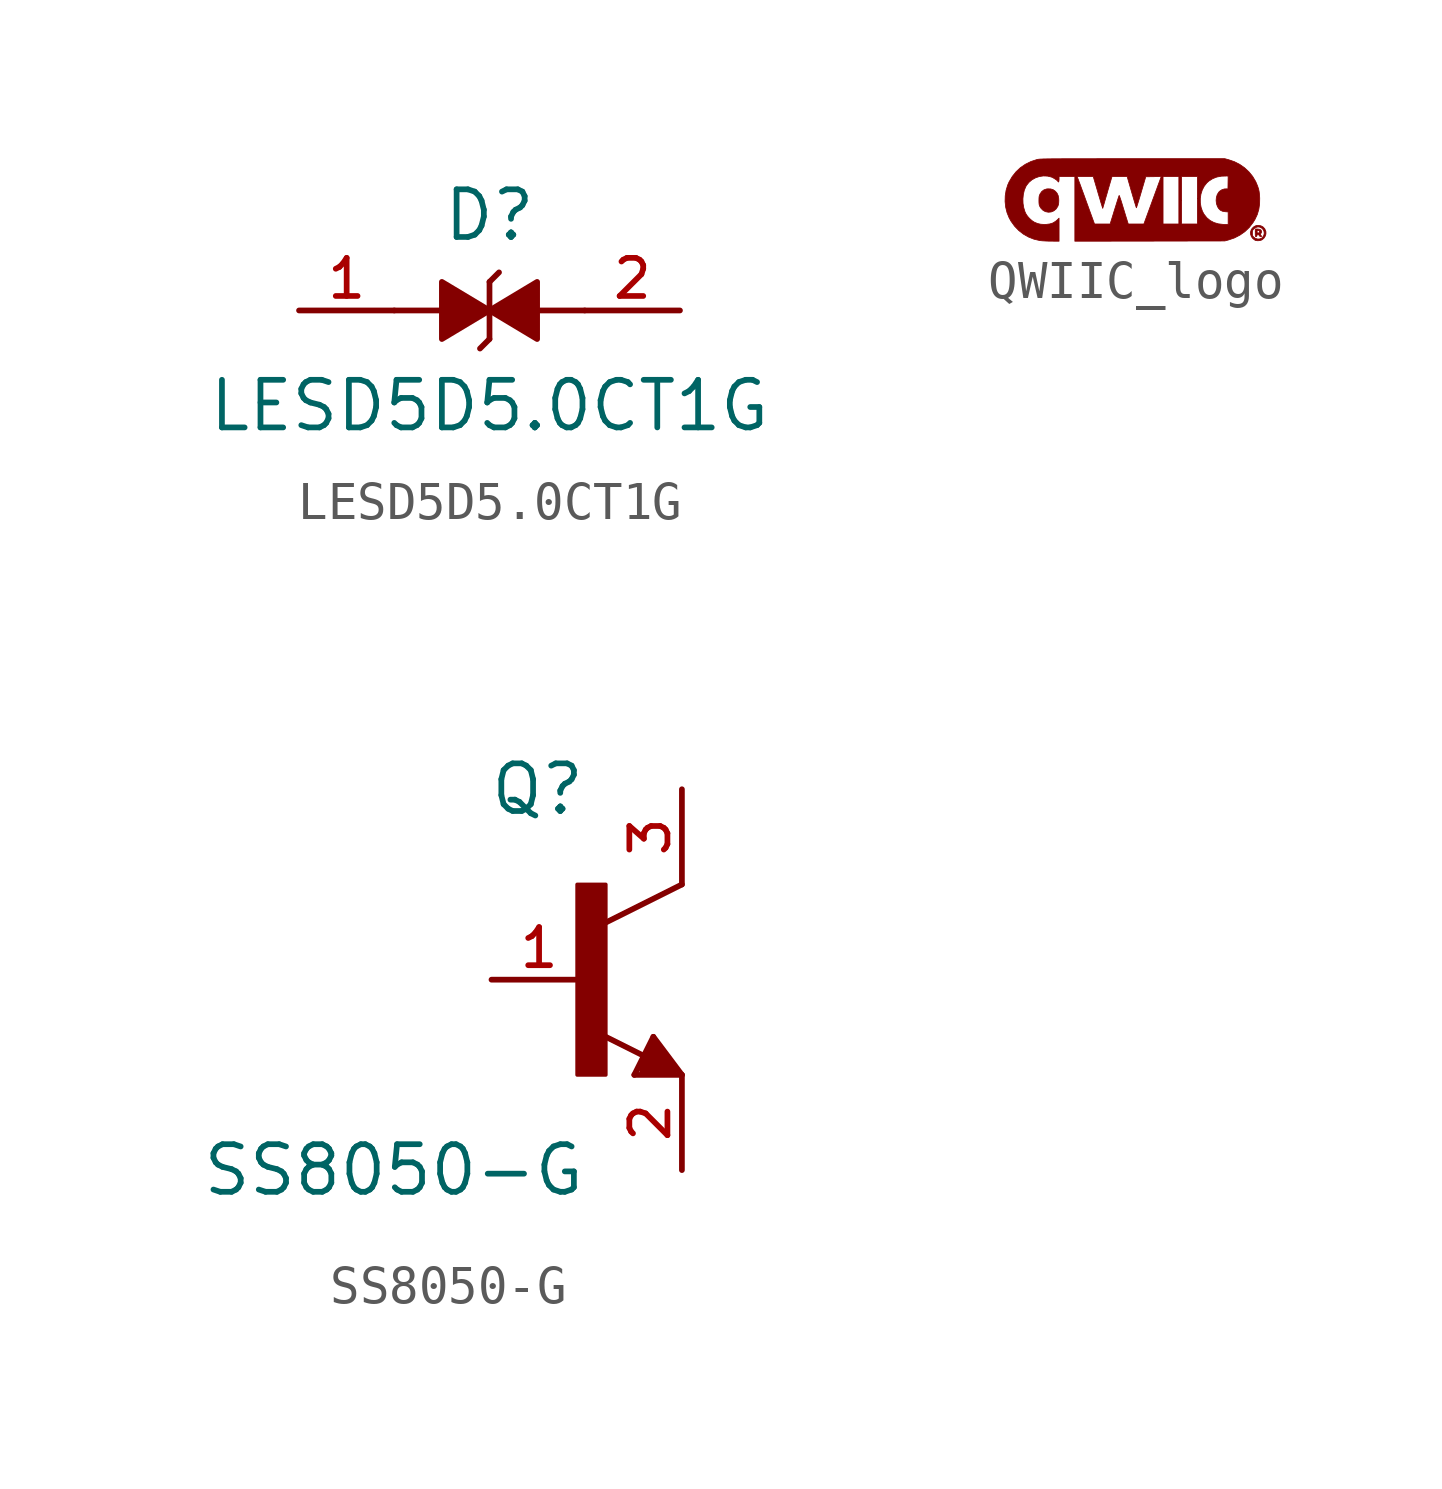
<source format=kicad_sym>
(kicad_symbol_lib
  (version 20231120)
  (generator "kicad_symbol_editor")
  (generator_version "8.0")
  (symbol "LESD5D5.0CT1G"
    (pin_names
      (offset 1.016))
    (property "Reference" "D"
      (at 0 2.54 0)
      (effects (font (size 1.27 1.27))))
    (property "Value" "LESD5D5.0CT1G"
      (at 0 -2.54 0)
      (effects (font (size 1.27 1.27))))
    (symbol "LESD5D5.0CT1G_0_0"
      (polyline (pts (xy -1.27 0) (xy -2.54 0)) (stroke (width 0.152) (type default)) (fill (type none)))
      (polyline (pts (xy 0 -0.762) (xy -0.254 -1.016)) (stroke (width 0.152) (type default)) (fill (type none)))
      (polyline (pts (xy 0 -0.762) (xy 0 0.762)) (stroke (width 0.152) (type default)) (fill (type none)))
      (polyline (pts (xy 0 0.762) (xy 0.254 1.016)) (stroke (width 0.152) (type default)) (fill (type none)))
      (polyline (pts (xy 1.27 0) (xy 2.54 0)) (stroke (width 0.152) (type default)) (fill (type none)))
      (polyline (pts (xy 0 0) (xy -1.27 -0.762) (xy -1.27 0.762) (xy 0 0)) (stroke (width 0.152) (type default)) (fill (type outline)))
      (polyline (pts (xy 0 0) (xy 1.27 0.762) (xy 1.27 -0.762) (xy 0 0)) (stroke (width 0.152) (type default)) (fill (type outline)))
      (pin passive line (at -5.08 0 0) (length 2.54) (name "~" (effects (font (size 1.016 1.016)))) (number "1" (effects (font (size 1.016 1.016)))))
      (pin passive line (at 5.08 0 180) (length 2.54) (name "~" (effects (font (size 1.016 1.016)))) (number "2" (effects (font (size 1.016 1.016)))))))
  (symbol "QWIIC_logo"
    (pin_names
      (offset 1.016))
    (property "Reference" "G"
      (at 0 2.54 0)
      (effects (font (size 1.27 1.27)) (hide yes)))
    (symbol "QWIIC_logo_0_0"
      (polyline (pts (xy -2.247 -0.317) (xy -2.179 -0.288) (xy -2.12 -0.239) (xy -2.076 -0.172) (xy -2.072 -0.164) (xy -2.057 -0.124) (xy -2.05 -0.078) (xy -2.047 -0.018) (xy -2.049 0.04) (xy -2.063 0.118) (xy -2.092 0.181) (xy -2.136 0.233) (xy -2.142 0.238) (xy -2.2 0.278) (xy -2.266 0.297) (xy -2.343 0.299) (xy -2.373 0.296) (xy -2.444 0.272) (xy -2.502 0.228) (xy -2.547 0.163) (xy -2.553 0.15) (xy -2.566 0.119) (xy -2.573 0.087) (xy -2.576 0.046) (xy -2.577 -0.012) (xy -2.577 -0.013) (xy -2.576 -0.072) (xy -2.572 -0.114) (xy -2.564 -0.146) (xy -2.551 -0.175) (xy -2.522 -0.22) (xy -2.468 -0.274) (xy -2.407 -0.308) (xy -2.401 -0.31) (xy -2.323 -0.325) (xy -2.247 -0.317)) (stroke (width 0.01) (type default)) (fill (type outline)))
      (polyline (pts (xy 3.363 -0.975) (xy 3.366 -0.964) (xy 3.349 -0.94) (xy 3.339 -0.929) (xy 3.336 -0.913) (xy 3.349 -0.891) (xy 3.363 -0.866) (xy 3.366 -0.829) (xy 3.349 -0.799) (xy 3.312 -0.78) (xy 3.26 -0.773) (xy 3.199 -0.773) (xy 3.199 -0.845) (xy 3.247 -0.845) (xy 3.249 -0.823) (xy 3.258 -0.811) (xy 3.281 -0.811) (xy 3.288 -0.812) (xy 3.308 -0.822) (xy 3.314 -0.845) (xy 3.314 -0.852) (xy 3.305 -0.871) (xy 3.281 -0.879) (xy 3.261 -0.88) (xy 3.25 -0.871) (xy 3.247 -0.845) (xy 3.199 -0.845) (xy 3.199 -0.876) (xy 3.199 -0.903) (xy 3.2 -0.943) (xy 3.204 -0.966) (xy 3.21 -0.975) (xy 3.22 -0.976) (xy 3.234 -0.968) (xy 3.245 -0.945) (xy 3.25 -0.93) (xy 3.266 -0.918) (xy 3.287 -0.924) (xy 3.306 -0.948) (xy 3.32 -0.967) (xy 3.344 -0.978) (xy 3.363 -0.975)) (stroke (width 0.01) (type default)) (fill (type outline)))
      (polyline (pts (xy 3.316 -1.082) (xy 3.36 -1.07) (xy 3.38 -1.06) (xy 3.428 -1.02) (xy 3.463 -0.967) (xy 3.483 -0.907) (xy 3.483 -0.847) (xy 3.479 -0.831) (xy 3.452 -0.767) (xy 3.407 -0.718) (xy 3.348 -0.687) (xy 3.277 -0.676) (xy 3.219 -0.683) (xy 3.167 -0.708) (xy 3.118 -0.753) (xy 3.09 -0.794) (xy 3.072 -0.854) (xy 3.073 -0.882) (xy 3.121 -0.882) (xy 3.121 -0.858) (xy 3.125 -0.823) (xy 3.136 -0.798) (xy 3.156 -0.773) (xy 3.16 -0.769) (xy 3.211 -0.733) (xy 3.267 -0.717) (xy 3.322 -0.723) (xy 3.323 -0.724) (xy 3.377 -0.753) (xy 3.415 -0.796) (xy 3.435 -0.848) (xy 3.437 -0.903) (xy 3.42 -0.958) (xy 3.382 -1.006) (xy 3.367 -1.018) (xy 3.317 -1.038) (xy 3.261 -1.04) (xy 3.206 -1.024) (xy 3.158 -0.991) (xy 3.144 -0.975) (xy 3.129 -0.953) (xy 3.122 -0.924) (xy 3.121 -0.882) (xy 3.073 -0.882) (xy 3.074 -0.916) (xy 3.095 -0.976) (xy 3.136 -1.03) (xy 3.193 -1.073) (xy 3.219 -1.081) (xy 3.265 -1.086) (xy 3.316 -1.082)) (stroke (width 0.01) (type default)) (fill (type outline)))
      (polyline (pts (xy 0.383 -1.096) (xy 2.384 -1.092) (xy 2.485 -1.065) (xy 2.485 -1.065) (xy 2.643 -1.011) (xy 2.789 -0.936) (xy 2.921 -0.843) (xy 3.038 -0.732) (xy 3.138 -0.603) (xy 3.192 -0.515) (xy 3.253 -0.385) (xy 3.293 -0.249) (xy 3.314 -0.105) (xy 3.317 0.053) (xy 3.312 0.135) (xy 3.303 0.217) (xy 3.288 0.291) (xy 3.264 0.365) (xy 3.231 0.447) (xy 3.209 0.496) (xy 3.129 0.631) (xy 3.03 0.753) (xy 2.914 0.861) (xy 2.784 0.952) (xy 2.64 1.025) (xy 2.487 1.077) (xy 2.384 1.105) (xy -0.079 1.105) (xy -0.361 1.105) (xy -0.626 1.105) (xy -0.869 1.105) (xy -1.091 1.104) (xy -1.293 1.104) (xy -1.476 1.104) (xy -1.64 1.104) (xy -1.787 1.103) (xy -1.919 1.103) (xy -2.035 1.102) (xy -2.136 1.102) (xy -2.225 1.101) (xy -2.302 1.1) (xy -2.368 1.099) (xy -2.423 1.098) (xy -2.469 1.097) (xy -2.507 1.095) (xy -2.538 1.094) (xy -2.563 1.092) (xy -2.583 1.09) (xy -2.599 1.088) (xy -2.612 1.086) (xy -2.623 1.084) (xy -2.626 1.083) (xy -2.79 1.029) (xy -2.938 0.956) (xy -3.071 0.866) (xy -3.188 0.756) (xy -3.289 0.629) (xy -3.375 0.483) (xy -3.411 0.402) (xy -3.454 0.261) (xy -3.477 0.112) (xy -3.481 -0.04) (xy -3.465 -0.191) (xy -3.429 -0.336) (xy -3.374 -0.472) (xy -3.323 -0.564) (xy -3.228 -0.696) (xy -3.118 -0.811) (xy -2.993 -0.909) (xy -2.856 -0.987) (xy -2.709 -1.045) (xy -2.554 -1.081) (xy -2.53 -1.084) (xy -2.473 -1.089) (xy -2.403 -1.093) (xy -2.326 -1.096) (xy -2.248 -1.097) (xy -2.04 -1.099) (xy -2.04 -0.791) (xy -2.04 -0.483) (xy -2.09 -0.531) (xy -2.133 -0.568) (xy -2.205 -0.612) (xy -2.288 -0.638) (xy -2.385 -0.65) (xy -2.441 -0.651) (xy -2.531 -0.645) (xy -2.611 -0.627) (xy -2.69 -0.595) (xy -2.699 -0.591) (xy -2.762 -0.55) (xy -2.825 -0.494) (xy -2.882 -0.431) (xy -2.925 -0.366) (xy -2.95 -0.312) (xy -2.983 -0.204) (xy -3.002 -0.087) (xy -3.005 0.034) (xy -2.993 0.154) (xy -2.967 0.265) (xy -2.925 0.364) (xy -2.91 0.39) (xy -2.844 0.473) (xy -2.763 0.541) (xy -2.669 0.593) (xy -2.567 0.628) (xy -2.46 0.644) (xy -2.352 0.64) (xy -2.245 0.615) (xy -2.236 0.611) (xy -2.198 0.593) (xy -2.156 0.568) (xy -2.117 0.542) (xy -2.087 0.518) (xy -2.072 0.5) (xy -2.07 0.497) (xy -2.059 0.482) (xy -2.05 0.488) (xy -2.043 0.513) (xy -2.04 0.555) (xy -2.04 0.628) (xy -1.829 0.628) (xy -1.618 0.628) (xy -1.557 0.628) (xy -1.342 0.628) (xy -1.127 0.628) (xy -1.014 0.244) (xy -0.998 0.187) (xy -0.971 0.097) (xy -0.946 0.013) (xy -0.925 -0.059) (xy -0.907 -0.117) (xy -0.894 -0.159) (xy -0.888 -0.18) (xy -0.874 -0.221) (xy -0.855 -0.156) (xy -0.838 -0.099) (xy -0.799 0.038) (xy -0.762 0.164) (xy -0.73 0.277) (xy -0.701 0.376) (xy -0.677 0.458) (xy -0.658 0.521) (xy -0.645 0.566) (xy -0.638 0.589) (xy -0.626 0.628) (xy -0.424 0.628) (xy -0.222 0.628) (xy -0.102 0.211) (xy -0.075 0.119) (xy -0.049 0.031) (xy -0.026 -0.047) (xy -0.006 -0.112) (xy 0.009 -0.162) (xy 0.02 -0.194) (xy 0.025 -0.205) (xy 0.029 -0.195) (xy 0.04 -0.165) (xy 0.055 -0.116) (xy 0.075 -0.052) (xy 0.099 0.025) (xy 0.125 0.113) (xy 0.153 0.208) (xy 0.275 0.622) (xy 0.481 0.625) (xy 0.688 0.628) (xy 0.654 0.534) (xy 0.645 0.509) (xy 0.627 0.461) (xy 0.603 0.396) (xy 0.574 0.315) (xy 0.54 0.223) (xy 0.503 0.121) (xy 0.463 0.013) (xy 0.456 -0.006) (xy 0.736 -0.006) (xy 0.736 0.628) (xy 0.948 0.628) (xy 1.159 0.628) (xy 1.159 -0.006) (xy 1.231 -0.006) (xy 1.231 0.628) (xy 1.443 0.628) (xy 1.654 0.628) (xy 1.654 0.041) (xy 1.731 0.041) (xy 1.748 0.158) (xy 1.783 0.268) (xy 1.836 0.37) (xy 1.905 0.458) (xy 1.962 0.508) (xy 2.061 0.571) (xy 2.174 0.615) (xy 2.299 0.638) (xy 2.436 0.642) (xy 2.475 0.64) (xy 2.472 0.468) (xy 2.469 0.296) (xy 2.43 0.299) (xy 2.371 0.296) (xy 2.305 0.274) (xy 2.245 0.234) (xy 2.222 0.209) (xy 2.183 0.145) (xy 2.16 0.069) (xy 2.153 -0.013) (xy 2.162 -0.095) (xy 2.189 -0.173) (xy 2.22 -0.225) (xy 2.265 -0.27) (xy 2.322 -0.298) (xy 2.396 -0.311) (xy 2.475 -0.317) (xy 2.475 -0.485) (xy 2.475 -0.652) (xy 2.369 -0.651) (xy 2.342 -0.65) (xy 2.213 -0.635) (xy 2.096 -0.6) (xy 1.994 -0.546) (xy 1.906 -0.473) (xy 1.833 -0.382) (xy 1.79 -0.304) (xy 1.752 -0.194) (xy 1.732 -0.077) (xy 1.731 0.041) (xy 1.654 0.041) (xy 1.654 -0.006) (xy 1.654 -0.64) (xy 1.443 -0.64) (xy 1.231 -0.64) (xy 1.231 -0.006) (xy 1.159 -0.006) (xy 1.159 -0.64) (xy 0.948 -0.64) (xy 0.736 -0.64) (xy 0.736 -0.006) (xy 0.456 -0.006) (xy 0.422 -0.1) (xy 0.224 -0.64) (xy 0.016 -0.64) (xy -0.192 -0.64) (xy -0.227 -0.528) (xy -0.231 -0.513) (xy -0.248 -0.46) (xy -0.269 -0.392) (xy -0.293 -0.312) (xy -0.319 -0.228) (xy -0.345 -0.142) (xy -0.361 -0.09) (xy -0.383 -0.019) (xy -0.403 0.04) (xy -0.419 0.086) (xy -0.43 0.115) (xy -0.435 0.123) (xy -0.44 0.112) (xy -0.451 0.081) (xy -0.466 0.035) (xy -0.485 -0.024) (xy -0.506 -0.091) (xy -0.516 -0.124) (xy -0.544 -0.213) (xy -0.573 -0.305) (xy -0.6 -0.394) (xy -0.623 -0.468) (xy -0.677 -0.64) (xy -0.885 -0.64) (xy -1.093 -0.64) (xy -1.303 -0.063) (xy -1.311 -0.041) (xy -1.352 0.072) (xy -1.391 0.18) (xy -1.428 0.28) (xy -1.46 0.368) (xy -1.488 0.445) (xy -1.511 0.505) (xy -1.526 0.548) (xy -1.535 0.57) (xy -1.557 0.628) (xy -1.618 0.628) (xy -1.618 -0.236) (xy -1.618 -1.099) (xy 0.383 -1.096)) (stroke (width 0.01) (type default)) (fill (type outline)))))
  (symbol "SS8050-G"
    (pin_names
      (offset 1.016))
    (property "Reference" "Q"
      (at 0 5.08 0)
      (effects (font (size 1.27 1.27)) (justify right)))
    (property "Value" "SS8050-G"
      (at 0 -5.08 0)
      (effects (font (size 1.27 1.27)) (justify right)))
    (symbol "SS8050-G_0_0"
      (rectangle (start -0.254 -2.54) (end 0.508 2.54) (stroke (width 0.1) (type default)) (fill (type outline)))
      (polyline (pts (xy 1.27 -2.54) (xy 1.778 -1.524)) (stroke (width 0.152) (type default)) (fill (type none)))
      (polyline (pts (xy 1.524 -2.413) (xy 2.286 -2.413)) (stroke (width 0.254) (type default)) (fill (type none)))
      (polyline (pts (xy 1.524 -2.286) (xy 1.905 -2.286)) (stroke (width 0.254) (type default)) (fill (type none)))
      (polyline (pts (xy 1.54 -2.04) (xy 0.308 -1.424)) (stroke (width 0.152) (type default)) (fill (type none)))
      (polyline (pts (xy 1.778 -1.778) (xy 1.524 -2.286)) (stroke (width 0.254) (type default)) (fill (type none)))
      (polyline (pts (xy 1.778 -1.524) (xy 2.54 -2.54)) (stroke (width 0.152) (type default)) (fill (type none)))
      (polyline (pts (xy 1.905 -2.286) (xy 1.778 -2.032)) (stroke (width 0.254) (type default)) (fill (type none)))
      (polyline (pts (xy 2.286 -2.413) (xy 1.778 -1.778)) (stroke (width 0.254) (type default)) (fill (type none)))
      (polyline (pts (xy 2.54 -2.54) (xy 1.27 -2.54)) (stroke (width 0.152) (type default)) (fill (type none)))
      (polyline (pts (xy 2.54 2.54) (xy 0.508 1.524)) (stroke (width 0.152) (type default)) (fill (type none)))
      (pin passive line (at -2.54 0 0) (length 2.54) (name "~" (effects (font (size 1.016 1.016)))) (number "1" (effects (font (size 1.016 1.016)))))
      (pin passive line (at 2.54 -5.08 90) (length 2.54) (name "~" (effects (font (size 1.016 1.016)))) (number "2" (effects (font (size 1.016 1.016)))))
      (pin passive line (at 2.54 5.08 270) (length 2.54) (name "~" (effects (font (size 1.016 1.016)))) (number "3" (effects (font (size 1.016 1.016))))))))
</source>
